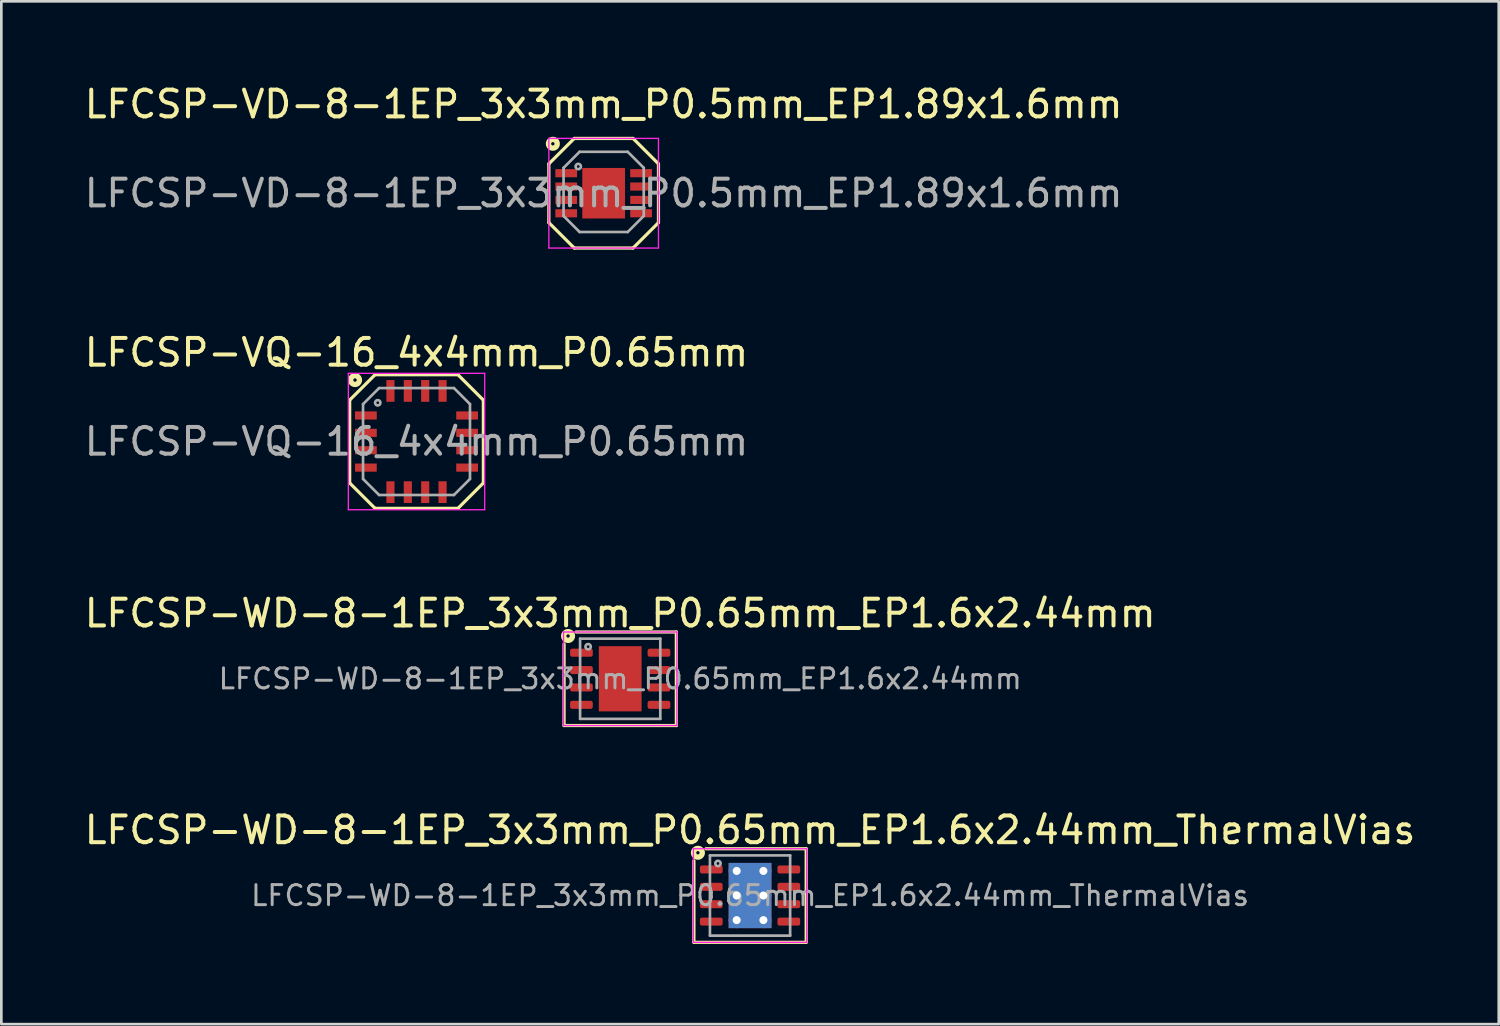
<source format=kicad_pcb>
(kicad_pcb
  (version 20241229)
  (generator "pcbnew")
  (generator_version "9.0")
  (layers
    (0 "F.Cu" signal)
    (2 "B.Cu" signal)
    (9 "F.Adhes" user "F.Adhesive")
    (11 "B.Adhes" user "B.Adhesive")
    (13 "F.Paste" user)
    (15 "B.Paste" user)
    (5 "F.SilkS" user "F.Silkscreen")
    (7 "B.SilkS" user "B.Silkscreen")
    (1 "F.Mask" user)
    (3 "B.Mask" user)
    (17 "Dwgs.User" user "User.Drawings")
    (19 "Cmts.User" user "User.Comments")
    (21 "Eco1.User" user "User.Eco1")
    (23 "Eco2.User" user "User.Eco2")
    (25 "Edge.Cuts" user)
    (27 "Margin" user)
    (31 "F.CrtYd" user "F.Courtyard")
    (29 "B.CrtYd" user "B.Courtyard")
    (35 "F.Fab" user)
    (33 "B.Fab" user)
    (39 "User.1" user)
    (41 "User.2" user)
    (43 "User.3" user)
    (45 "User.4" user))
  (footprint "LFCSP-WD-8-1EP_3x3mm_P0.65mm_EP1.6x2.44mm_ThermalVias"
    (layer "F.Cu")
    (at 25.006 30.448)
    (property "Reference" "LFCSP-WD-8-1EP_3x3mm_P0.65mm_EP1.6x2.44mm_ThermalVias" (at 0 -2.45 0) (layer "F.SilkS") (effects (font (size 1 1) (thickness 0.15))))
    (attr smd)
    (fp_line (start -2.1 1.75) (end -2.1 -1.3) (stroke (width 0.12) (type solid)) (layer "F.SilkS"))
    (fp_line (start 2.1 -1.75) (end -1.65 -1.75) (stroke (width 0.12) (type solid)) (layer "F.SilkS"))
    (fp_line (start 2.1 -1.75) (end 2.1 1.75) (stroke (width 0.12) (type solid)) (layer "F.SilkS"))
    (fp_line (start 2.1 1.75) (end -2.1 1.75) (stroke (width 0.12) (type solid)) (layer "F.SilkS"))
    (fp_circle (center -1.95 -1.6) (end -1.887 -1.6) (stroke (width 0.2) (type solid)) (fill no) (layer "F.SilkS"))
    (fp_line (start -2.12 -1.75) (end -2.12 1.75) (stroke (width 0.05) (type solid)) (layer "F.CrtYd"))
    (fp_line (start -2.12 1.75) (end 2.12 1.75) (stroke (width 0.05) (type solid)) (layer "F.CrtYd"))
    (fp_line (start 2.12 -1.75) (end -2.12 -1.75) (stroke (width 0.05) (type solid)) (layer "F.CrtYd"))
    (fp_line (start 2.12 1.75) (end 2.12 -1.75) (stroke (width 0.05) (type solid)) (layer "F.CrtYd"))
    (fp_line (start -1.5 -1.5) (end 1.5 -1.5) (stroke (width 0.1) (type solid)) (layer "F.Fab"))
    (fp_line (start -1.5 1.5) (end -1.5 -1.5) (stroke (width 0.1) (type solid)) (layer "F.Fab"))
    (fp_line (start 1.5 -1.5) (end 1.5 1.5) (stroke (width 0.1) (type solid)) (layer "F.Fab"))
    (fp_line (start 1.5 1.5) (end -1.5 1.5) (stroke (width 0.1) (type solid)) (layer "F.Fab"))
    (fp_circle (center -1.2 -1.2) (end -1.1 -1.2) (stroke (width 0.1) (type solid)) (fill no) (layer "F.Fab"))
    (fp_text user "${REFERENCE}" (at 0 0 0) (layer "F.Fab") (effects (font (size 0.75 0.75) (thickness 0.11))))
    (pad "" smd roundrect (at -0.4 -0.81) (size 0.64 0.66) (layers "F.Paste") (roundrect_rratio 0.25))
    (pad "" smd roundrect (at -0.4 0) (size 0.64 0.66) (layers "F.Paste") (roundrect_rratio 0.25))
    (pad "" smd roundrect (at -0.4 0.81) (size 0.64 0.66) (layers "F.Paste") (roundrect_rratio 0.25))
    (pad "" smd roundrect (at 0.4 -0.81) (size 0.64 0.66) (layers "F.Paste") (roundrect_rratio 0.25))
    (pad "" smd roundrect (at 0.4 0) (size 0.64 0.66) (layers "F.Paste") (roundrect_rratio 0.25))
    (pad "" smd roundrect (at 0.4 0.81) (size 0.64 0.66) (layers "F.Paste") (roundrect_rratio 0.25))
    (pad "1" smd roundrect (at -1.45 -0.975) (size 0.85 0.3) (layers "F.Cu" "F.Mask" "F.Paste") (roundrect_rratio 0.25))
    (pad "2" smd roundrect (at -1.45 -0.325) (size 0.85 0.3) (layers "F.Cu" "F.Mask" "F.Paste") (roundrect_rratio 0.25))
    (pad "3" smd roundrect (at -1.45 0.325) (size 0.85 0.3) (layers "F.Cu" "F.Mask" "F.Paste") (roundrect_rratio 0.25))
    (pad "4" smd roundrect (at -1.45 0.975) (size 0.85 0.3) (layers "F.Cu" "F.Mask" "F.Paste") (roundrect_rratio 0.25))
    (pad "5" smd roundrect (at 1.45 0.975) (size 0.85 0.3) (layers "F.Cu" "F.Mask" "F.Paste") (roundrect_rratio 0.25))
    (pad "6" smd roundrect (at 1.45 0.325) (size 0.85 0.3) (layers "F.Cu" "F.Mask" "F.Paste") (roundrect_rratio 0.25))
    (pad "7" smd roundrect (at 1.45 -0.325) (size 0.85 0.3) (layers "F.Cu" "F.Mask" "F.Paste") (roundrect_rratio 0.25))
    (pad "8" smd roundrect (at 1.45 -0.975) (size 0.85 0.3) (layers "F.Cu" "F.Mask" "F.Paste") (roundrect_rratio 0.25))
    (pad "9" thru_hole circle (at -0.5 -0.92) (size 0.6 0.6) (drill 0.3) (layers "*.Cu"))
    (pad "9" thru_hole circle (at -0.5 0) (size 0.6 0.6) (drill 0.3) (layers "*.Cu"))
    (pad "9" thru_hole circle (at -0.5 0.92) (size 0.6 0.6) (drill 0.3) (layers "*.Cu"))
    (pad "9" smd rect (at 0 0) (size 1.6 2.44) (layers "F.Cu" "F.Mask"))
    (pad "9" smd rect (at 0 0) (size 1.6 2.44) (layers "B.Cu" "B.Mask"))
    (pad "9" thru_hole circle (at 0.5 -0.92) (size 0.6 0.6) (drill 0.3) (layers "*.Cu"))
    (pad "9" thru_hole circle (at 0.5 0) (size 0.6 0.6) (drill 0.3) (layers "*.Cu"))
    (pad "9" thru_hole circle (at 0.5 0.92) (size 0.6 0.6) (drill 0.3) (layers "*.Cu")))
  (footprint "LFCSP-VQ-16_4x4mm_P0.65mm"
    (layer "F.Cu")
    (at 12.53 13.466)
    (property "Reference" "LFCSP-VQ-16_4x4mm_P0.65mm" (at 0 -3.33 0) (layer "F.SilkS") (effects (font (size 1 1) (thickness 0.15))))
    (attr smd)
    (fp_line (start -2.5 1.55) (end -2.5 -1.55) (stroke (width 0.12) (type solid)) (layer "F.SilkS"))
    (fp_line (start -1.55 -2.5) (end -2.5 -1.55) (stroke (width 0.12) (type solid)) (layer "F.SilkS"))
    (fp_line (start -1.55 -2.5) (end 1.55 -2.5) (stroke (width 0.12) (type solid)) (layer "F.SilkS"))
    (fp_line (start -1.55 2.5) (end -2.5 1.55) (stroke (width 0.12) (type solid)) (layer "F.SilkS"))
    (fp_line (start -1.55 2.5) (end 1.55 2.5) (stroke (width 0.12) (type solid)) (layer "F.SilkS"))
    (fp_line (start 1.55 -2.5) (end 2.5 -1.55) (stroke (width 0.12) (type solid)) (layer "F.SilkS"))
    (fp_line (start 1.55 2.5) (end 2.5 1.55) (stroke (width 0.12) (type solid)) (layer "F.SilkS"))
    (fp_line (start 2.5 -1.55) (end 2.5 1.55) (stroke (width 0.12) (type solid)) (layer "F.SilkS"))
    (fp_circle (center -2.3 -2.3) (end -2.236 -2.3) (stroke (width 0.2) (type solid)) (fill no) (layer "F.SilkS"))
    (fp_line (start -2.55 -2.55) (end -2.55 2.55) (stroke (width 0.05) (type solid)) (layer "F.CrtYd"))
    (fp_line (start -2.55 -2.55) (end 2.55 -2.55) (stroke (width 0.05) (type solid)) (layer "F.CrtYd"))
    (fp_line (start -2.55 2.55) (end 2.55 2.55) (stroke (width 0.05) (type solid)) (layer "F.CrtYd"))
    (fp_line (start 2.55 -2.55) (end 2.55 2.55) (stroke (width 0.05) (type solid)) (layer "F.CrtYd"))
    (fp_line (start -2 -1.4) (end -1.4 -2) (stroke (width 0.1) (type solid)) (layer "F.Fab"))
    (fp_line (start -2 1.4) (end -2 -1.4) (stroke (width 0.1) (type solid)) (layer "F.Fab"))
    (fp_line (start -2 1.4) (end -1.4 2) (stroke (width 0.1) (type solid)) (layer "F.Fab"))
    (fp_line (start -1.4 -2) (end 1.4 -2) (stroke (width 0.1) (type solid)) (layer "F.Fab"))
    (fp_line (start 1.4 -2) (end 2 -1.4) (stroke (width 0.1) (type solid)) (layer "F.Fab"))
    (fp_line (start 1.4 2) (end -1.4 2) (stroke (width 0.1) (type solid)) (layer "F.Fab"))
    (fp_line (start 1.4 2) (end 2 1.4) (stroke (width 0.1) (type solid)) (layer "F.Fab"))
    (fp_line (start 2 -1.4) (end 2 1.4) (stroke (width 0.1) (type solid)) (layer "F.Fab"))
    (fp_circle (center -1.45 -1.45) (end -1.35 -1.45) (stroke (width 0.1) (type solid)) (fill no) (layer "F.Fab"))
    (fp_text user "${REFERENCE}" (at 0 0 0) (layer "F.Fab") (effects (font (size 1 1) (thickness 0.15))))
    (pad "1" smd rect (at -1.893 -0.975) (size 0.813 0.305) (layers "F.Cu" "F.Mask" "F.Paste"))
    (pad "2" smd rect (at -1.893 -0.325) (size 0.813 0.305) (layers "F.Cu" "F.Mask" "F.Paste"))
    (pad "3" smd rect (at -1.893 0.325) (size 0.813 0.305) (layers "F.Cu" "F.Mask" "F.Paste"))
    (pad "4" smd rect (at -1.893 0.975) (size 0.813 0.305) (layers "F.Cu" "F.Mask" "F.Paste"))
    (pad "5" smd rect (at -0.975 1.893 90) (size 0.813 0.305) (layers "F.Cu" "F.Mask" "F.Paste"))
    (pad "6" smd rect (at -0.325 1.893 90) (size 0.813 0.305) (layers "F.Cu" "F.Mask" "F.Paste"))
    (pad "7" smd rect (at 0.325 1.893 90) (size 0.813 0.305) (layers "F.Cu" "F.Mask" "F.Paste"))
    (pad "8" smd rect (at 0.975 1.893 90) (size 0.813 0.305) (layers "F.Cu" "F.Mask" "F.Paste"))
    (pad "9" smd rect (at 1.893 0.975) (size 0.813 0.305) (layers "F.Cu" "F.Mask" "F.Paste"))
    (pad "10" smd rect (at 1.893 0.325) (size 0.813 0.305) (layers "F.Cu" "F.Mask" "F.Paste"))
    (pad "11" smd rect (at 1.893 -0.325) (size 0.813 0.305) (layers "F.Cu" "F.Mask" "F.Paste"))
    (pad "12" smd rect (at 1.893 -0.975) (size 0.813 0.305) (layers "F.Cu" "F.Mask" "F.Paste"))
    (pad "13" smd rect (at 0.975 -1.893 90) (size 0.813 0.305) (layers "F.Cu" "F.Mask" "F.Paste"))
    (pad "14" smd rect (at 0.325 -1.893 90) (size 0.813 0.305) (layers "F.Cu" "F.Mask" "F.Paste"))
    (pad "15" smd rect (at -0.325 -1.893 90) (size 0.813 0.305) (layers "F.Cu" "F.Mask" "F.Paste"))
    (pad "16" smd rect (at -0.975 -1.893 90) (size 0.813 0.305) (layers "F.Cu" "F.Mask" "F.Paste")))
  (footprint "LFCSP-WD-8-1EP_3x3mm_P0.65mm_EP1.6x2.44mm"
    (layer "F.Cu")
    (at 20.149 22.34)
    (property "Reference" "LFCSP-WD-8-1EP_3x3mm_P0.65mm_EP1.6x2.44mm" (at 0 -2.45 0) (layer "F.SilkS") (effects (font (size 1 1) (thickness 0.15))))
    (attr smd)
    (fp_line (start -2.1 1.75) (end -2.1 -1.3) (stroke (width 0.12) (type solid)) (layer "F.SilkS"))
    (fp_line (start 2.1 -1.75) (end -1.65 -1.75) (stroke (width 0.12) (type solid)) (layer "F.SilkS"))
    (fp_line (start 2.1 -1.75) (end 2.1 1.75) (stroke (width 0.12) (type solid)) (layer "F.SilkS"))
    (fp_line (start 2.1 1.75) (end -2.1 1.75) (stroke (width 0.12) (type solid)) (layer "F.SilkS"))
    (fp_circle (center -1.95 -1.6) (end -1.887 -1.6) (stroke (width 0.2) (type solid)) (fill no) (layer "F.SilkS"))
    (fp_line (start -2.12 -1.75) (end -2.12 1.75) (stroke (width 0.05) (type solid)) (layer "F.CrtYd"))
    (fp_line (start -2.12 1.75) (end 2.12 1.75) (stroke (width 0.05) (type solid)) (layer "F.CrtYd"))
    (fp_line (start 2.12 -1.75) (end -2.12 -1.75) (stroke (width 0.05) (type solid)) (layer "F.CrtYd"))
    (fp_line (start 2.12 1.75) (end 2.12 -1.75) (stroke (width 0.05) (type solid)) (layer "F.CrtYd"))
    (fp_line (start -1.5 -1.5) (end 1.5 -1.5) (stroke (width 0.1) (type solid)) (layer "F.Fab"))
    (fp_line (start -1.5 1.5) (end -1.5 -1.5) (stroke (width 0.1) (type solid)) (layer "F.Fab"))
    (fp_line (start 1.5 -1.5) (end 1.5 1.5) (stroke (width 0.1) (type solid)) (layer "F.Fab"))
    (fp_line (start 1.5 1.5) (end -1.5 1.5) (stroke (width 0.1) (type solid)) (layer "F.Fab"))
    (fp_circle (center -1.2 -1.2) (end -1.1 -1.2) (stroke (width 0.1) (type solid)) (fill no) (layer "F.Fab"))
    (fp_text user "${REFERENCE}" (at 0 0 0) (layer "F.Fab") (effects (font (size 0.75 0.75) (thickness 0.11))))
    (pad "" smd roundrect (at -0.4 -0.81) (size 0.64 0.66) (layers "F.Paste") (roundrect_rratio 0.25))
    (pad "" smd roundrect (at -0.4 0) (size 0.64 0.66) (layers "F.Paste") (roundrect_rratio 0.25))
    (pad "" smd roundrect (at -0.4 0.81) (size 0.64 0.66) (layers "F.Paste") (roundrect_rratio 0.25))
    (pad "" smd roundrect (at 0.4 -0.81) (size 0.64 0.66) (layers "F.Paste") (roundrect_rratio 0.25))
    (pad "" smd roundrect (at 0.4 0) (size 0.64 0.66) (layers "F.Paste") (roundrect_rratio 0.25))
    (pad "" smd roundrect (at 0.4 0.81) (size 0.64 0.66) (layers "F.Paste") (roundrect_rratio 0.25))
    (pad "1" smd roundrect (at -1.45 -0.975) (size 0.85 0.3) (layers "F.Cu" "F.Mask" "F.Paste") (roundrect_rratio 0.25))
    (pad "2" smd roundrect (at -1.45 -0.325) (size 0.85 0.3) (layers "F.Cu" "F.Mask" "F.Paste") (roundrect_rratio 0.25))
    (pad "3" smd roundrect (at -1.45 0.325) (size 0.85 0.3) (layers "F.Cu" "F.Mask" "F.Paste") (roundrect_rratio 0.25))
    (pad "4" smd roundrect (at -1.45 0.975) (size 0.85 0.3) (layers "F.Cu" "F.Mask" "F.Paste") (roundrect_rratio 0.25))
    (pad "5" smd roundrect (at 1.45 0.975) (size 0.85 0.3) (layers "F.Cu" "F.Mask" "F.Paste") (roundrect_rratio 0.25))
    (pad "6" smd roundrect (at 1.45 0.325) (size 0.85 0.3) (layers "F.Cu" "F.Mask" "F.Paste") (roundrect_rratio 0.25))
    (pad "7" smd roundrect (at 1.45 -0.325) (size 0.85 0.3) (layers "F.Cu" "F.Mask" "F.Paste") (roundrect_rratio 0.25))
    (pad "8" smd roundrect (at 1.45 -0.975) (size 0.85 0.3) (layers "F.Cu" "F.Mask" "F.Paste") (roundrect_rratio 0.25))
    (pad "9" smd rect (at 0 0) (size 1.6 2.44) (layers "F.Cu" "F.Mask")))
  (footprint "LFCSP-VD-8-1EP_3x3mm_P0.5mm_EP1.89x1.6mm"
    (layer "F.Cu")
    (at 19.53 4.178)
    (property "Reference" "LFCSP-VD-8-1EP_3x3mm_P0.5mm_EP1.89x1.6mm" (at 0 -3.33 0) (layer "F.SilkS") (effects (font (size 1 1) (thickness 0.15))))
    (attr smd)
    (fp_line (start -2.05 -1.1) (end -2.05 1.1) (stroke (width 0.12) (type solid)) (layer "F.SilkS"))
    (fp_line (start -2.05 -1.1) (end -1.1 -2.05) (stroke (width 0.12) (type solid)) (layer "F.SilkS"))
    (fp_line (start -1.1 -2.05) (end 1.1 -2.05) (stroke (width 0.12) (type solid)) (layer "F.SilkS"))
    (fp_line (start -1.1 2.05) (end -2.05 1.1) (stroke (width 0.12) (type solid)) (layer "F.SilkS"))
    (fp_line (start -1.1 2.05) (end 1.1 2.05) (stroke (width 0.12) (type solid)) (layer "F.SilkS"))
    (fp_line (start 1.1 -2.05) (end 2.05 -1.1) (stroke (width 0.12) (type solid)) (layer "F.SilkS"))
    (fp_line (start 1.1 2.05) (end 2.05 1.1) (stroke (width 0.12) (type solid)) (layer "F.SilkS"))
    (fp_line (start 2.05 -1.1) (end 2.05 1.1) (stroke (width 0.12) (type solid)) (layer "F.SilkS"))
    (fp_circle (center -1.9 -1.85) (end -1.837 -1.85) (stroke (width 0.2) (type solid)) (fill no) (layer "F.SilkS"))
    (fp_line (start -2.05 -2.05) (end -2.05 2.05) (stroke (width 0.05) (type solid)) (layer "F.CrtYd"))
    (fp_line (start -2.05 -2.05) (end 2.05 -2.05) (stroke (width 0.05) (type solid)) (layer "F.CrtYd"))
    (fp_line (start -2.05 2.05) (end 2.05 2.05) (stroke (width 0.05) (type solid)) (layer "F.CrtYd"))
    (fp_line (start 2.05 -2.05) (end 2.05 2.05) (stroke (width 0.05) (type solid)) (layer "F.CrtYd"))
    (fp_line (start -1.5 -0.95) (end -0.9 -1.55) (stroke (width 0.1) (type solid)) (layer "F.Fab"))
    (fp_line (start -1.5 0.85) (end -1.5 -0.95) (stroke (width 0.1) (type solid)) (layer "F.Fab"))
    (fp_line (start -1.5 0.85) (end -0.9 1.45) (stroke (width 0.1) (type solid)) (layer "F.Fab"))
    (fp_line (start -0.9 -1.55) (end 0.9 -1.55) (stroke (width 0.1) (type solid)) (layer "F.Fab"))
    (fp_line (start 0.9 -1.55) (end 1.5 -0.95) (stroke (width 0.1) (type solid)) (layer "F.Fab"))
    (fp_line (start 0.9 1.45) (end -0.9 1.45) (stroke (width 0.1) (type solid)) (layer "F.Fab"))
    (fp_line (start 0.9 1.45) (end 1.5 0.85) (stroke (width 0.1) (type solid)) (layer "F.Fab"))
    (fp_line (start 1.5 -0.95) (end 1.5 0.85) (stroke (width 0.1) (type solid)) (layer "F.Fab"))
    (fp_circle (center -0.95 -1) (end -0.85 -1) (stroke (width 0.1) (type solid)) (fill no) (layer "F.Fab"))
    (fp_text user "${REFERENCE}" (at 0 0 0) (layer "F.Fab") (effects (font (size 1 1) (thickness 0.15))))
    (pad "" smd rect (at -0.457 -0.406) (size 0.6 0.5) (layers "F.Paste"))
    (pad "" smd rect (at -0.457 0.406) (size 0.6 0.5) (layers "F.Paste"))
    (pad "" smd rect (at 0.457 -0.406) (size 0.6 0.5) (layers "F.Paste"))
    (pad "" smd rect (at 0.457 0.406) (size 0.6 0.5) (layers "F.Paste"))
    (pad "1" smd rect (at -1.4 -0.75) (size 0.813 0.305) (layers "F.Cu" "F.Mask" "F.Paste"))
    (pad "2" smd rect (at -1.4 -0.25) (size 0.813 0.305) (layers "F.Cu" "F.Mask" "F.Paste"))
    (pad "3" smd rect (at -1.4 0.25) (size 0.813 0.305) (layers "F.Cu" "F.Mask" "F.Paste"))
    (pad "4" smd rect (at -1.4 0.75) (size 0.813 0.305) (layers "F.Cu" "F.Mask" "F.Paste"))
    (pad "5" smd rect (at 1.4 0.75) (size 0.813 0.305) (layers "F.Cu" "F.Mask" "F.Paste"))
    (pad "6" smd rect (at 1.4 0.25) (size 0.813 0.305) (layers "F.Cu" "F.Mask" "F.Paste"))
    (pad "7" smd rect (at 1.4 -0.25) (size 0.813 0.305) (layers "F.Cu" "F.Mask" "F.Paste"))
    (pad "8" smd rect (at 1.4 -0.75) (size 0.813 0.305) (layers "F.Cu" "F.Mask" "F.Paste"))
    (pad "9" smd rect (at 0 0) (size 1.6 1.89) (layers "F.Cu" "F.Mask")))
  (gr_rect
    (start -3 -3)
    (end 53.012 35.258)
    (stroke (width 0.1) (type default))
    (fill no)
    (layer "Edge.Cuts")))
</source>
